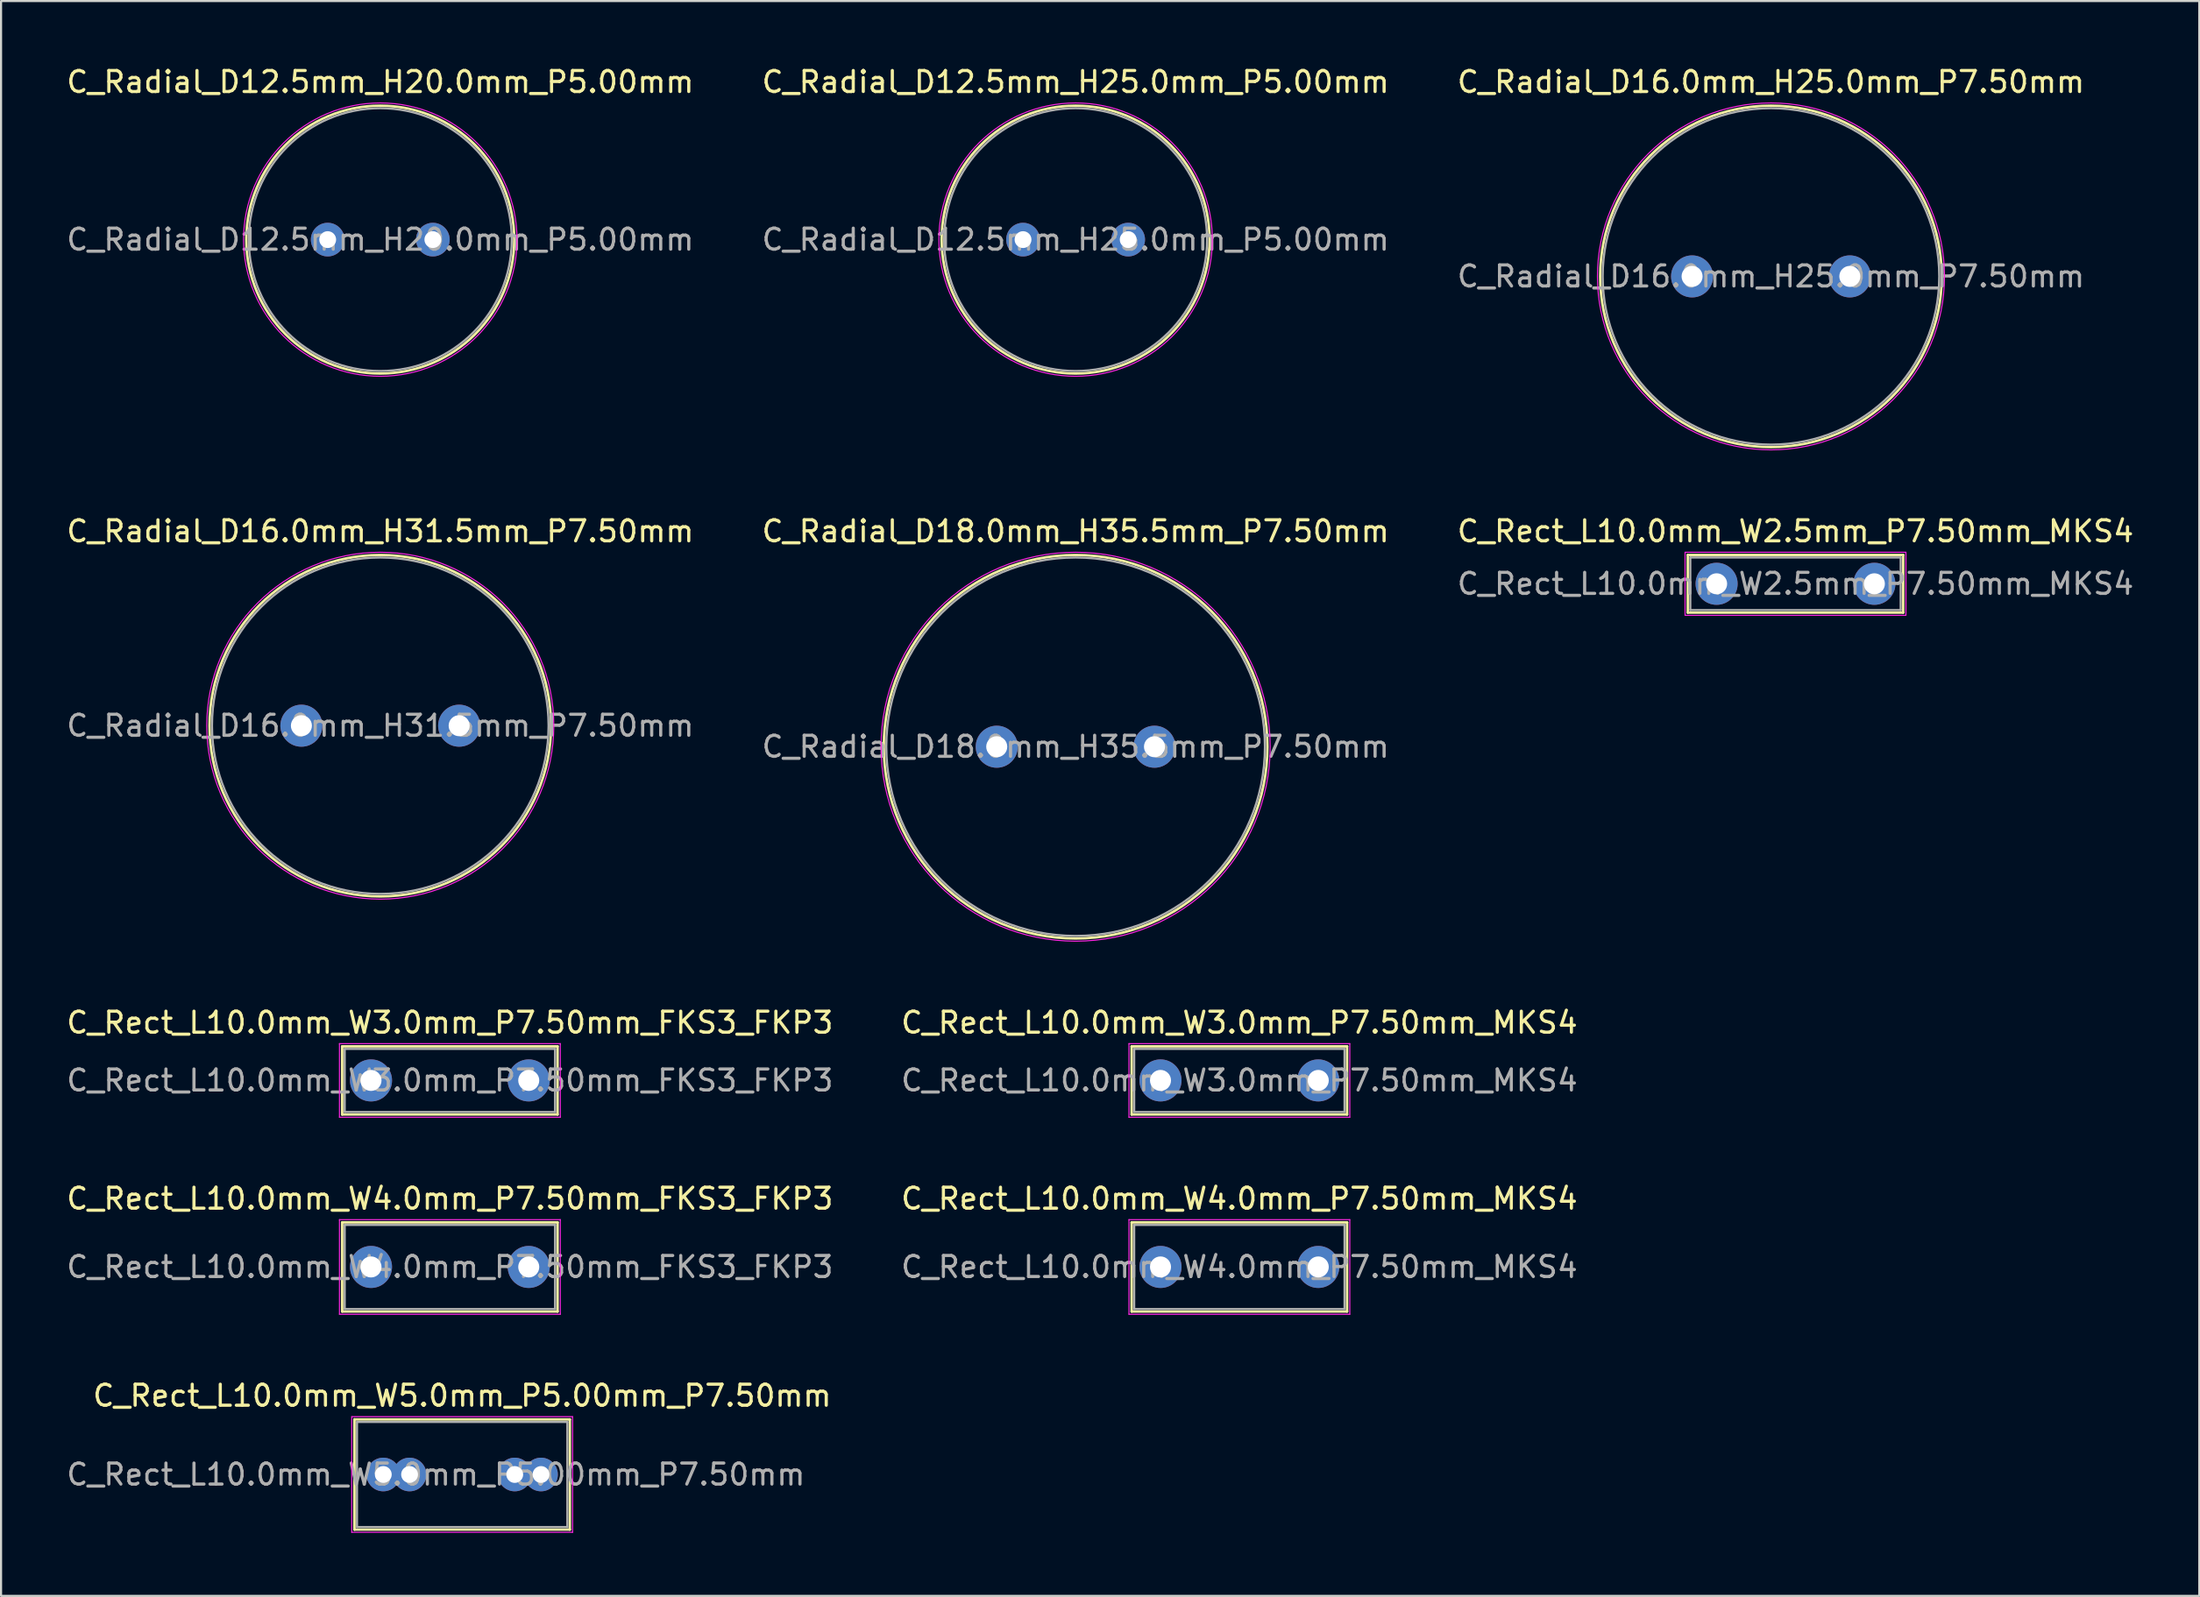
<source format=kicad_pcb>
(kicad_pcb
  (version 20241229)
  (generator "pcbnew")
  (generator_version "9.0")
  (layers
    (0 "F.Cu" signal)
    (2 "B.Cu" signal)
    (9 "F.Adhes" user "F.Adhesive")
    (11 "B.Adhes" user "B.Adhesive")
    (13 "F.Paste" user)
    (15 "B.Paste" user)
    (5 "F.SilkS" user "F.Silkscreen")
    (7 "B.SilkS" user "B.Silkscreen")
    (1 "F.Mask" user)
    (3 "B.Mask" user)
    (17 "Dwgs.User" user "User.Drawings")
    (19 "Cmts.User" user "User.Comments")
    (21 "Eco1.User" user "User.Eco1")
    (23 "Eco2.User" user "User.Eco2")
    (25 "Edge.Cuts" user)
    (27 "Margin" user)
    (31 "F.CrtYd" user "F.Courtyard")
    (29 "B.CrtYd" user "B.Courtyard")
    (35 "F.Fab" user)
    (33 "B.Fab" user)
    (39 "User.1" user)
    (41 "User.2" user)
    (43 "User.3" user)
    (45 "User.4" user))
  (footprint "C_Radial_D16.0mm_H31.5mm_P7.50mm"
    (layer "F.Cu")
    (at 11.28 31.471)
    (property "Reference" "C_Radial_D16.0mm_H31.5mm_P7.50mm" (at 3.75 -9.25 0) (layer "F.SilkS") (effects (font (size 1 1) (thickness 0.15))))
    (attr through_hole)
    (fp_circle (center 3.75 0) (end 11.87 0) (stroke (width 0.12) (type solid)) (fill no) (layer "F.SilkS"))
    (fp_circle (center 3.75 0) (end 12 0) (stroke (width 0.05) (type solid)) (fill no) (layer "F.CrtYd"))
    (fp_circle (center 3.75 0) (end 11.75 0) (stroke (width 0.1) (type solid)) (fill no) (layer "F.Fab"))
    (fp_text user "${REFERENCE}" (at 3.75 0 0) (layer "F.Fab") (effects (font (size 1 1) (thickness 0.15))))
    (pad "1" thru_hole circle (at 0 0) (size 2 2) (drill 1) (layers "*.Cu" "*.Mask"))
    (pad "2" thru_hole circle (at 7.5 0) (size 2 2) (drill 1) (layers "*.Cu" "*.Mask")))
  (footprint "C_Radial_D16.0mm_H25.0mm_P7.50mm"
    (layer "F.Cu")
    (at 77.399 10.098)
    (property "Reference" "C_Radial_D16.0mm_H25.0mm_P7.50mm" (at 3.75 -9.25 0) (layer "F.SilkS") (effects (font (size 1 1) (thickness 0.15))))
    (attr through_hole)
    (fp_circle (center 3.75 0) (end 11.87 0) (stroke (width 0.12) (type solid)) (fill no) (layer "F.SilkS"))
    (fp_circle (center 3.75 0) (end 12 0) (stroke (width 0.05) (type solid)) (fill no) (layer "F.CrtYd"))
    (fp_circle (center 3.75 0) (end 11.75 0) (stroke (width 0.1) (type solid)) (fill no) (layer "F.Fab"))
    (fp_text user "${REFERENCE}" (at 3.75 0 0) (layer "F.Fab") (effects (font (size 1 1) (thickness 0.15))))
    (pad "1" thru_hole circle (at 0 0) (size 2 2) (drill 1) (layers "*.Cu" "*.Mask"))
    (pad "2" thru_hole circle (at 7.5 0) (size 2 2) (drill 1) (layers "*.Cu" "*.Mask")))
  (footprint "C_Rect_L10.0mm_W2.5mm_P7.50mm_MKS4"
    (layer "F.Cu")
    (at 78.565 24.721)
    (property "Reference" "C_Rect_L10.0mm_W2.5mm_P7.50mm_MKS4" (at 3.75 -2.5 0) (layer "F.SilkS") (effects (font (size 1 1) (thickness 0.15))))
    (attr through_hole)
    (fp_line (start -1.37 -1.37) (end -1.37 1.37) (stroke (width 0.12) (type solid)) (layer "F.SilkS"))
    (fp_line (start -1.37 -1.37) (end 8.87 -1.37) (stroke (width 0.12) (type solid)) (layer "F.SilkS"))
    (fp_line (start -1.37 1.37) (end 8.87 1.37) (stroke (width 0.12) (type solid)) (layer "F.SilkS"))
    (fp_line (start 8.87 -1.37) (end 8.87 1.37) (stroke (width 0.12) (type solid)) (layer "F.SilkS"))
    (fp_line (start -1.5 -1.5) (end -1.5 1.5) (stroke (width 0.05) (type solid)) (layer "F.CrtYd"))
    (fp_line (start -1.5 1.5) (end 9 1.5) (stroke (width 0.05) (type solid)) (layer "F.CrtYd"))
    (fp_line (start 9 -1.5) (end -1.5 -1.5) (stroke (width 0.05) (type solid)) (layer "F.CrtYd"))
    (fp_line (start 9 1.5) (end 9 -1.5) (stroke (width 0.05) (type solid)) (layer "F.CrtYd"))
    (fp_line (start -1.25 -1.25) (end -1.25 1.25) (stroke (width 0.1) (type solid)) (layer "F.Fab"))
    (fp_line (start -1.25 1.25) (end 8.75 1.25) (stroke (width 0.1) (type solid)) (layer "F.Fab"))
    (fp_line (start 8.75 -1.25) (end -1.25 -1.25) (stroke (width 0.1) (type solid)) (layer "F.Fab"))
    (fp_line (start 8.75 1.25) (end 8.75 -1.25) (stroke (width 0.1) (type solid)) (layer "F.Fab"))
    (fp_text user "${REFERENCE}" (at 3.75 0 0) (layer "F.Fab") (effects (font (size 1 1) (thickness 0.15))))
    (pad "1" thru_hole circle (at 0 0) (size 2 2) (drill 1) (layers "*.Cu" "*.Mask"))
    (pad "2" thru_hole circle (at 7.5 0) (size 2 2) (drill 1) (layers "*.Cu" "*.Mask")))
  (footprint "C_Rect_L10.0mm_W3.0mm_P7.50mm_MKS4"
    (layer "F.Cu")
    (at 52.125 48.345)
    (property "Reference" "C_Rect_L10.0mm_W3.0mm_P7.50mm_MKS4" (at 3.75 -2.75 0) (layer "F.SilkS") (effects (font (size 1 1) (thickness 0.15))))
    (attr through_hole)
    (fp_line (start -1.37 -1.62) (end -1.37 1.62) (stroke (width 0.12) (type solid)) (layer "F.SilkS"))
    (fp_line (start -1.37 -1.62) (end 8.87 -1.62) (stroke (width 0.12) (type solid)) (layer "F.SilkS"))
    (fp_line (start -1.37 1.62) (end 8.87 1.62) (stroke (width 0.12) (type solid)) (layer "F.SilkS"))
    (fp_line (start 8.87 -1.62) (end 8.87 1.62) (stroke (width 0.12) (type solid)) (layer "F.SilkS"))
    (fp_line (start -1.5 -1.75) (end -1.5 1.75) (stroke (width 0.05) (type solid)) (layer "F.CrtYd"))
    (fp_line (start -1.5 1.75) (end 9 1.75) (stroke (width 0.05) (type solid)) (layer "F.CrtYd"))
    (fp_line (start 9 -1.75) (end -1.5 -1.75) (stroke (width 0.05) (type solid)) (layer "F.CrtYd"))
    (fp_line (start 9 1.75) (end 9 -1.75) (stroke (width 0.05) (type solid)) (layer "F.CrtYd"))
    (fp_line (start -1.25 -1.5) (end -1.25 1.5) (stroke (width 0.1) (type solid)) (layer "F.Fab"))
    (fp_line (start -1.25 1.5) (end 8.75 1.5) (stroke (width 0.1) (type solid)) (layer "F.Fab"))
    (fp_line (start 8.75 -1.5) (end -1.25 -1.5) (stroke (width 0.1) (type solid)) (layer "F.Fab"))
    (fp_line (start 8.75 1.5) (end 8.75 -1.5) (stroke (width 0.1) (type solid)) (layer "F.Fab"))
    (fp_text user "${REFERENCE}" (at 3.75 0 0) (layer "F.Fab") (effects (font (size 1 1) (thickness 0.15))))
    (pad "1" thru_hole circle (at 0 0) (size 2 2) (drill 1) (layers "*.Cu" "*.Mask"))
    (pad "2" thru_hole circle (at 7.5 0) (size 2 2) (drill 1) (layers "*.Cu" "*.Mask")))
  (footprint "C_Radial_D18.0mm_H35.5mm_P7.50mm"
    (layer "F.Cu")
    (at 44.339 32.471)
    (property "Reference" "C_Radial_D18.0mm_H35.5mm_P7.50mm" (at 3.75 -10.25 0) (layer "F.SilkS") (effects (font (size 1 1) (thickness 0.15))))
    (attr through_hole)
    (fp_circle (center 3.75 0) (end 12.87 0) (stroke (width 0.12) (type solid)) (fill no) (layer "F.SilkS"))
    (fp_circle (center 3.75 0) (end 13 0) (stroke (width 0.05) (type solid)) (fill no) (layer "F.CrtYd"))
    (fp_circle (center 3.75 0) (end 12.75 0) (stroke (width 0.1) (type solid)) (fill no) (layer "F.Fab"))
    (fp_text user "${REFERENCE}" (at 3.75 0 0) (layer "F.Fab") (effects (font (size 1 1) (thickness 0.15))))
    (pad "1" thru_hole circle (at 0 0) (size 2 2) (drill 1) (layers "*.Cu" "*.Mask"))
    (pad "2" thru_hole circle (at 7.5 0) (size 2 2) (drill 1) (layers "*.Cu" "*.Mask")))
  (footprint "C_Rect_L10.0mm_W5.0mm_P5.00mm_P7.50mm"
    (layer "F.Cu")
    (at 15.173 67.091)
    (property "Reference" "C_Rect_L10.0mm_W5.0mm_P5.00mm_P7.50mm" (at 3.75 -3.75 0) (layer "F.SilkS") (effects (font (size 1 1) (thickness 0.15))))
    (attr through_hole)
    (fp_line (start -1.37 -2.62) (end -1.37 2.62) (stroke (width 0.12) (type solid)) (layer "F.SilkS"))
    (fp_line (start -1.37 -2.62) (end 8.87 -2.62) (stroke (width 0.12) (type solid)) (layer "F.SilkS"))
    (fp_line (start -1.37 2.62) (end 8.87 2.62) (stroke (width 0.12) (type solid)) (layer "F.SilkS"))
    (fp_line (start 8.87 -2.62) (end 8.87 2.62) (stroke (width 0.12) (type solid)) (layer "F.SilkS"))
    (fp_line (start -1.5 -2.75) (end -1.5 2.75) (stroke (width 0.05) (type solid)) (layer "F.CrtYd"))
    (fp_line (start -1.5 2.75) (end 9 2.75) (stroke (width 0.05) (type solid)) (layer "F.CrtYd"))
    (fp_line (start 9 -2.75) (end -1.5 -2.75) (stroke (width 0.05) (type solid)) (layer "F.CrtYd"))
    (fp_line (start 9 2.75) (end 9 -2.75) (stroke (width 0.05) (type solid)) (layer "F.CrtYd"))
    (fp_line (start -1.25 -2.5) (end -1.25 2.5) (stroke (width 0.1) (type solid)) (layer "F.Fab"))
    (fp_line (start -1.25 2.5) (end 8.75 2.5) (stroke (width 0.1) (type solid)) (layer "F.Fab"))
    (fp_line (start 8.75 -2.5) (end -1.25 -2.5) (stroke (width 0.1) (type solid)) (layer "F.Fab"))
    (fp_line (start 8.75 2.5) (end 8.75 -2.5) (stroke (width 0.1) (type solid)) (layer "F.Fab"))
    (fp_text user "${REFERENCE}" (at 2.5 0 0) (layer "F.Fab") (effects (font (size 1 1) (thickness 0.15))))
    (pad "1" thru_hole circle (at 0 0) (size 1.6 1.6) (drill 0.8) (layers "*.Cu" "*.Mask"))
    (pad "1" thru_hole circle (at 1.25 0) (size 1.6 1.6) (drill 0.8) (layers "*.Cu" "*.Mask"))
    (pad "2" thru_hole circle (at 6.25 0) (size 1.6 1.6) (drill 0.8) (layers "*.Cu" "*.Mask"))
    (pad "2" thru_hole circle (at 7.5 0) (size 1.6 1.6) (drill 0.8) (layers "*.Cu" "*.Mask")))
  (footprint "C_Rect_L10.0mm_W4.0mm_P7.50mm_FKS3_FKP3"
    (layer "F.Cu")
    (at 14.589 57.218)
    (property "Reference" "C_Rect_L10.0mm_W4.0mm_P7.50mm_FKS3_FKP3" (at 3.75 -3.25 0) (layer "F.SilkS") (effects (font (size 1 1) (thickness 0.15))))
    (attr through_hole)
    (fp_line (start -1.37 -2.12) (end -1.37 2.12) (stroke (width 0.12) (type solid)) (layer "F.SilkS"))
    (fp_line (start -1.37 -2.12) (end 8.87 -2.12) (stroke (width 0.12) (type solid)) (layer "F.SilkS"))
    (fp_line (start -1.37 2.12) (end 8.87 2.12) (stroke (width 0.12) (type solid)) (layer "F.SilkS"))
    (fp_line (start 8.87 -2.12) (end 8.87 2.12) (stroke (width 0.12) (type solid)) (layer "F.SilkS"))
    (fp_line (start -1.5 -2.25) (end -1.5 2.25) (stroke (width 0.05) (type solid)) (layer "F.CrtYd"))
    (fp_line (start -1.5 2.25) (end 9 2.25) (stroke (width 0.05) (type solid)) (layer "F.CrtYd"))
    (fp_line (start 9 -2.25) (end -1.5 -2.25) (stroke (width 0.05) (type solid)) (layer "F.CrtYd"))
    (fp_line (start 9 2.25) (end 9 -2.25) (stroke (width 0.05) (type solid)) (layer "F.CrtYd"))
    (fp_line (start -1.25 -2) (end -1.25 2) (stroke (width 0.1) (type solid)) (layer "F.Fab"))
    (fp_line (start -1.25 2) (end 8.75 2) (stroke (width 0.1) (type solid)) (layer "F.Fab"))
    (fp_line (start 8.75 -2) (end -1.25 -2) (stroke (width 0.1) (type solid)) (layer "F.Fab"))
    (fp_line (start 8.75 2) (end 8.75 -2) (stroke (width 0.1) (type solid)) (layer "F.Fab"))
    (fp_text user "${REFERENCE}" (at 3.75 0 0) (layer "F.Fab") (effects (font (size 1 1) (thickness 0.15))))
    (pad "1" thru_hole circle (at 0 0) (size 2 2) (drill 1) (layers "*.Cu" "*.Mask"))
    (pad "2" thru_hole circle (at 7.5 0) (size 2 2) (drill 1) (layers "*.Cu" "*.Mask")))
  (footprint "C_Radial_D12.5mm_H20.0mm_P5.00mm"
    (layer "F.Cu")
    (at 12.53 8.348)
    (property "Reference" "C_Radial_D12.5mm_H20.0mm_P5.00mm" (at 2.5 -7.5 0) (layer "F.SilkS") (effects (font (size 1 1) (thickness 0.15))))
    (attr through_hole)
    (fp_circle (center 2.5 0) (end 8.87 0) (stroke (width 0.12) (type solid)) (fill no) (layer "F.SilkS"))
    (fp_circle (center 2.5 0) (end 9 0) (stroke (width 0.05) (type solid)) (fill no) (layer "F.CrtYd"))
    (fp_circle (center 2.5 0) (end 8.75 0) (stroke (width 0.1) (type solid)) (fill no) (layer "F.Fab"))
    (fp_text user "${REFERENCE}" (at 2.5 0 0) (layer "F.Fab") (effects (font (size 1 1) (thickness 0.15))))
    (pad "1" thru_hole circle (at 0 0) (size 1.6 1.6) (drill 0.8) (layers "*.Cu" "*.Mask"))
    (pad "2" thru_hole circle (at 5 0) (size 1.6 1.6) (drill 0.8) (layers "*.Cu" "*.Mask")))
  (footprint "C_Radial_D12.5mm_H25.0mm_P5.00mm"
    (layer "F.Cu")
    (at 45.589 8.348)
    (property "Reference" "C_Radial_D12.5mm_H25.0mm_P5.00mm" (at 2.5 -7.5 0) (layer "F.SilkS") (effects (font (size 1 1) (thickness 0.15))))
    (attr through_hole)
    (fp_circle (center 2.5 0) (end 8.87 0) (stroke (width 0.12) (type solid)) (fill no) (layer "F.SilkS"))
    (fp_circle (center 2.5 0) (end 9 0) (stroke (width 0.05) (type solid)) (fill no) (layer "F.CrtYd"))
    (fp_circle (center 2.5 0) (end 8.75 0) (stroke (width 0.1) (type solid)) (fill no) (layer "F.Fab"))
    (fp_text user "${REFERENCE}" (at 2.5 0 0) (layer "F.Fab") (effects (font (size 1 1) (thickness 0.15))))
    (pad "1" thru_hole circle (at 0 0) (size 1.6 1.6) (drill 0.8) (layers "*.Cu" "*.Mask"))
    (pad "2" thru_hole circle (at 5 0) (size 1.6 1.6) (drill 0.8) (layers "*.Cu" "*.Mask")))
  (footprint "C_Rect_L10.0mm_W4.0mm_P7.50mm_MKS4"
    (layer "F.Cu")
    (at 52.125 57.218)
    (property "Reference" "C_Rect_L10.0mm_W4.0mm_P7.50mm_MKS4" (at 3.75 -3.25 0) (layer "F.SilkS") (effects (font (size 1 1) (thickness 0.15))))
    (attr through_hole)
    (fp_line (start -1.37 -2.12) (end -1.37 2.12) (stroke (width 0.12) (type solid)) (layer "F.SilkS"))
    (fp_line (start -1.37 -2.12) (end 8.87 -2.12) (stroke (width 0.12) (type solid)) (layer "F.SilkS"))
    (fp_line (start -1.37 2.12) (end 8.87 2.12) (stroke (width 0.12) (type solid)) (layer "F.SilkS"))
    (fp_line (start 8.87 -2.12) (end 8.87 2.12) (stroke (width 0.12) (type solid)) (layer "F.SilkS"))
    (fp_line (start -1.5 -2.25) (end -1.5 2.25) (stroke (width 0.05) (type solid)) (layer "F.CrtYd"))
    (fp_line (start -1.5 2.25) (end 9 2.25) (stroke (width 0.05) (type solid)) (layer "F.CrtYd"))
    (fp_line (start 9 -2.25) (end -1.5 -2.25) (stroke (width 0.05) (type solid)) (layer "F.CrtYd"))
    (fp_line (start 9 2.25) (end 9 -2.25) (stroke (width 0.05) (type solid)) (layer "F.CrtYd"))
    (fp_line (start -1.25 -2) (end -1.25 2) (stroke (width 0.1) (type solid)) (layer "F.Fab"))
    (fp_line (start -1.25 2) (end 8.75 2) (stroke (width 0.1) (type solid)) (layer "F.Fab"))
    (fp_line (start 8.75 -2) (end -1.25 -2) (stroke (width 0.1) (type solid)) (layer "F.Fab"))
    (fp_line (start 8.75 2) (end 8.75 -2) (stroke (width 0.1) (type solid)) (layer "F.Fab"))
    (fp_text user "${REFERENCE}" (at 3.75 0 0) (layer "F.Fab") (effects (font (size 1 1) (thickness 0.15))))
    (pad "1" thru_hole circle (at 0 0) (size 2 2) (drill 1) (layers "*.Cu" "*.Mask"))
    (pad "2" thru_hole circle (at 7.5 0) (size 2 2) (drill 1) (layers "*.Cu" "*.Mask")))
  (footprint "C_Rect_L10.0mm_W3.0mm_P7.50mm_FKS3_FKP3"
    (layer "F.Cu")
    (at 14.589 48.345)
    (property "Reference" "C_Rect_L10.0mm_W3.0mm_P7.50mm_FKS3_FKP3" (at 3.75 -2.75 0) (layer "F.SilkS") (effects (font (size 1 1) (thickness 0.15))))
    (attr through_hole)
    (fp_line (start -1.37 -1.62) (end -1.37 1.62) (stroke (width 0.12) (type solid)) (layer "F.SilkS"))
    (fp_line (start -1.37 -1.62) (end 8.87 -1.62) (stroke (width 0.12) (type solid)) (layer "F.SilkS"))
    (fp_line (start -1.37 1.62) (end 8.87 1.62) (stroke (width 0.12) (type solid)) (layer "F.SilkS"))
    (fp_line (start 8.87 -1.62) (end 8.87 1.62) (stroke (width 0.12) (type solid)) (layer "F.SilkS"))
    (fp_line (start -1.5 -1.75) (end -1.5 1.75) (stroke (width 0.05) (type solid)) (layer "F.CrtYd"))
    (fp_line (start -1.5 1.75) (end 9 1.75) (stroke (width 0.05) (type solid)) (layer "F.CrtYd"))
    (fp_line (start 9 -1.75) (end -1.5 -1.75) (stroke (width 0.05) (type solid)) (layer "F.CrtYd"))
    (fp_line (start 9 1.75) (end 9 -1.75) (stroke (width 0.05) (type solid)) (layer "F.CrtYd"))
    (fp_line (start -1.25 -1.5) (end -1.25 1.5) (stroke (width 0.1) (type solid)) (layer "F.Fab"))
    (fp_line (start -1.25 1.5) (end 8.75 1.5) (stroke (width 0.1) (type solid)) (layer "F.Fab"))
    (fp_line (start 8.75 -1.5) (end -1.25 -1.5) (stroke (width 0.1) (type solid)) (layer "F.Fab"))
    (fp_line (start 8.75 1.5) (end 8.75 -1.5) (stroke (width 0.1) (type solid)) (layer "F.Fab"))
    (fp_text user "${REFERENCE}" (at 3.75 0 0) (layer "F.Fab") (effects (font (size 1 1) (thickness 0.15))))
    (pad "1" thru_hole circle (at 0 0) (size 2 2) (drill 1) (layers "*.Cu" "*.Mask"))
    (pad "2" thru_hole circle (at 7.5 0) (size 2 2) (drill 1) (layers "*.Cu" "*.Mask")))
  (gr_rect
    (start -3 -3)
    (end 101.512 72.866)
    (stroke (width 0.1) (type default))
    (fill no)
    (layer "Edge.Cuts")))
</source>
